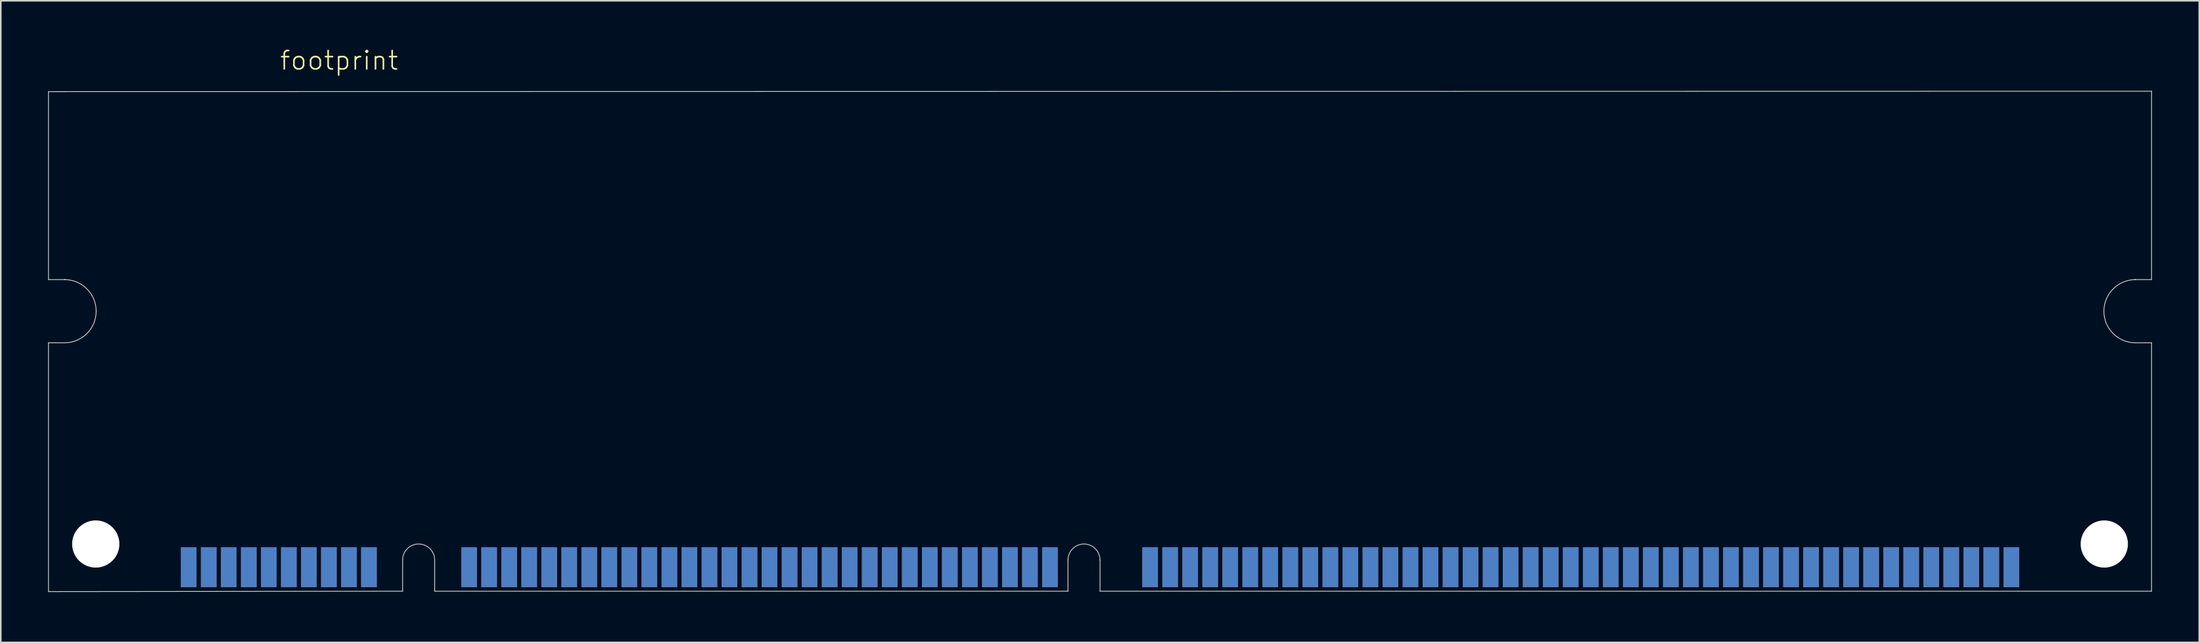
<source format=kicad_pcb>
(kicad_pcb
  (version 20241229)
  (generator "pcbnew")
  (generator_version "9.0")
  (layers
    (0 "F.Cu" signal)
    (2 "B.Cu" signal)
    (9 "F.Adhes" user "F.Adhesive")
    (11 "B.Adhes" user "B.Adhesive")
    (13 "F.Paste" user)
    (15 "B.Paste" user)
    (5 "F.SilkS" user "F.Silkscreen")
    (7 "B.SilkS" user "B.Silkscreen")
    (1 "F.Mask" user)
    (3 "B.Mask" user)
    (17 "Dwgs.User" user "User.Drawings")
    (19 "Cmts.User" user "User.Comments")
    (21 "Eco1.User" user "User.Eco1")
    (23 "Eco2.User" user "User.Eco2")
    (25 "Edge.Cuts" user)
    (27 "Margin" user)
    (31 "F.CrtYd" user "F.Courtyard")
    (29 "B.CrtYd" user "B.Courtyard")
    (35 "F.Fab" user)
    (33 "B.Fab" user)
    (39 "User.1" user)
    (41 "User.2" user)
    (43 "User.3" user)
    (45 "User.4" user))
  (footprint "footprint"
    (layer "F.Cu")
    (at 66.7 34.493)
    (property "Reference" "footprint" (at -52.07 -33.02 0) (layer "F.SilkS") (effects (font (size 1.168 1.168) (thickness 0.102)) (justify left bottom)))
    (fp_line (start -66.675 -31.725) (end 66.675 -31.75) (stroke (width 0.05) (type solid)) (layer "Edge.Cuts"))
    (fp_line (start -66.675 -19.787) (end -66.675 -31.725) (stroke (width 0.05) (type solid)) (layer "Edge.Cuts"))
    (fp_line (start -66.675 0.025) (end -66.675 -15.773) (stroke (width 0.05) (type solid)) (layer "Edge.Cuts"))
    (fp_line (start -65.659 -19.787) (end -66.675 -19.787) (stroke (width 0.05) (type solid)) (layer "Edge.Cuts"))
    (fp_line (start -65.659 -15.773) (end -66.675 -15.773) (stroke (width 0.05) (type solid)) (layer "Edge.Cuts"))
    (fp_line (start -65.608 -19.787) (end -65.659 -19.787) (stroke (width 0.05) (type solid)) (layer "Edge.Cuts"))
    (fp_line (start -44.221 -1.981) (end -44.221 0) (stroke (width 0.05) (type solid)) (layer "Edge.Cuts"))
    (fp_line (start -44.221 0) (end -66.675 0.025) (stroke (width 0.05) (type solid)) (layer "Edge.Cuts"))
    (fp_line (start -42.189 -1.981) (end -42.189 0) (stroke (width 0.05) (type solid)) (layer "Edge.Cuts"))
    (fp_line (start -2.032 -1.981) (end -2.032 0) (stroke (width 0.05) (type solid)) (layer "Edge.Cuts"))
    (fp_line (start -2.032 0) (end -42.189 0) (stroke (width 0.05) (type solid)) (layer "Edge.Cuts"))
    (fp_line (start 0 -1.981) (end 0 0) (stroke (width 0.05) (type solid)) (layer "Edge.Cuts"))
    (fp_line (start 65.608 -19.787) (end 65.659 -19.787) (stroke (width 0.05) (type solid)) (layer "Edge.Cuts"))
    (fp_line (start 65.659 -19.787) (end 66.675 -19.787) (stroke (width 0.05) (type solid)) (layer "Edge.Cuts"))
    (fp_line (start 65.659 -15.773) (end 66.675 -15.773) (stroke (width 0.05) (type solid)) (layer "Edge.Cuts"))
    (fp_line (start 66.675 -31.75) (end 66.675 -19.787) (stroke (width 0.05) (type solid)) (layer "Edge.Cuts"))
    (fp_line (start 66.675 -15.773) (end 66.675 0) (stroke (width 0.05) (type solid)) (layer "Edge.Cuts"))
    (fp_line (start 66.675 0) (end 0 0) (stroke (width 0.05) (type solid)) (layer "Edge.Cuts"))
    (fp_arc (start -65.659 -19.7866) (mid -63.6524 -17.78) (end -65.659 -15.7734) (stroke (width 0.05) (type solid)) (layer "Edge.Cuts"))
    (fp_arc (start -44.2214 -1.9812) (mid -43.2054 -2.9972) (end -42.1894 -1.9812) (stroke (width 0.05) (type solid)) (layer "Edge.Cuts"))
    (fp_arc (start -2.032 -1.9812) (mid -1.016 -2.9972) (end 0 -1.9812) (stroke (width 0.05) (type solid)) (layer "Edge.Cuts"))
    (fp_arc (start 65.659 -15.7734) (mid 63.6524 -17.78) (end 65.659 -19.7866) (stroke (width 0.05) (type solid)) (layer "Edge.Cuts"))
    (pad "" np_thru_hole circle (at -63.678 -2.997) (size 2.997 2.997) (drill 2.997) (layers "*.Cu" "*.Mask"))
    (pad "" np_thru_hole circle (at 63.678 -2.997) (size 2.997 2.997) (drill 2.997) (layers "*.Cu" "*.Mask"))
    (pad "1" smd rect (at -57.785 -1.524) (size 0.991 2.54) (layers "F.Cu" "F.Mask" "F.Paste"))
    (pad "2" smd rect (at -56.515 -1.524) (size 0.991 2.54) (layers "F.Cu" "F.Mask" "F.Paste"))
    (pad "3" smd rect (at -55.245 -1.524) (size 0.991 2.54) (layers "F.Cu" "F.Mask" "F.Paste"))
    (pad "4" smd rect (at -53.975 -1.524) (size 0.991 2.54) (layers "F.Cu" "F.Mask" "F.Paste"))
    (pad "5" smd rect (at -52.705 -1.524) (size 0.991 2.54) (layers "F.Cu" "F.Mask" "F.Paste"))
    (pad "6" smd rect (at -51.435 -1.524) (size 0.991 2.54) (layers "F.Cu" "F.Mask" "F.Paste"))
    (pad "7" smd rect (at -50.165 -1.524) (size 0.991 2.54) (layers "F.Cu" "F.Mask" "F.Paste"))
    (pad "8" smd rect (at -48.895 -1.524) (size 0.991 2.54) (layers "F.Cu" "F.Mask" "F.Paste"))
    (pad "9" smd rect (at -47.625 -1.524) (size 0.991 2.54) (layers "F.Cu" "F.Mask" "F.Paste"))
    (pad "10" smd rect (at -46.355 -1.524) (size 0.991 2.54) (layers "F.Cu" "F.Mask" "F.Paste"))
    (pad "11" smd rect (at -40.005 -1.524) (size 0.991 2.54) (layers "F.Cu" "F.Mask" "F.Paste"))
    (pad "12" smd rect (at -38.735 -1.524) (size 0.991 2.54) (layers "F.Cu" "F.Mask" "F.Paste"))
    (pad "13" smd rect (at -37.465 -1.524) (size 0.991 2.54) (layers "F.Cu" "F.Mask" "F.Paste"))
    (pad "14" smd rect (at -36.195 -1.524) (size 0.991 2.54) (layers "F.Cu" "F.Mask" "F.Paste"))
    (pad "15" smd rect (at -34.925 -1.524) (size 0.991 2.54) (layers "F.Cu" "F.Mask" "F.Paste"))
    (pad "16" smd rect (at -33.655 -1.524) (size 0.991 2.54) (layers "F.Cu" "F.Mask" "F.Paste"))
    (pad "17" smd rect (at -32.385 -1.524) (size 0.991 2.54) (layers "F.Cu" "F.Mask" "F.Paste"))
    (pad "18" smd rect (at -31.115 -1.524) (size 0.991 2.54) (layers "F.Cu" "F.Mask" "F.Paste"))
    (pad "19" smd rect (at -29.845 -1.524) (size 0.991 2.54) (layers "F.Cu" "F.Mask" "F.Paste"))
    (pad "20" smd rect (at -28.575 -1.524) (size 0.991 2.54) (layers "F.Cu" "F.Mask" "F.Paste"))
    (pad "21" smd rect (at -27.305 -1.524) (size 0.991 2.54) (layers "F.Cu" "F.Mask" "F.Paste"))
    (pad "22" smd rect (at -26.035 -1.524) (size 0.991 2.54) (layers "F.Cu" "F.Mask" "F.Paste"))
    (pad "23" smd rect (at -24.765 -1.524) (size 0.991 2.54) (layers "F.Cu" "F.Mask" "F.Paste"))
    (pad "24" smd rect (at -23.495 -1.524) (size 0.991 2.54) (layers "F.Cu" "F.Mask" "F.Paste"))
    (pad "25" smd rect (at -22.225 -1.524) (size 0.991 2.54) (layers "F.Cu" "F.Mask" "F.Paste"))
    (pad "26" smd rect (at -20.955 -1.524) (size 0.991 2.54) (layers "F.Cu" "F.Mask" "F.Paste"))
    (pad "27" smd rect (at -19.685 -1.524) (size 0.991 2.54) (layers "F.Cu" "F.Mask" "F.Paste"))
    (pad "28" smd rect (at -18.415 -1.524) (size 0.991 2.54) (layers "F.Cu" "F.Mask" "F.Paste"))
    (pad "29" smd rect (at -17.145 -1.524) (size 0.991 2.54) (layers "F.Cu" "F.Mask" "F.Paste"))
    (pad "30" smd rect (at -15.875 -1.524) (size 0.991 2.54) (layers "F.Cu" "F.Mask" "F.Paste"))
    (pad "31" smd rect (at -14.605 -1.524) (size 0.991 2.54) (layers "F.Cu" "F.Mask" "F.Paste"))
    (pad "32" smd rect (at -13.335 -1.524) (size 0.991 2.54) (layers "F.Cu" "F.Mask" "F.Paste"))
    (pad "33" smd rect (at -12.065 -1.524) (size 0.991 2.54) (layers "F.Cu" "F.Mask" "F.Paste"))
    (pad "34" smd rect (at -10.795 -1.524) (size 0.991 2.54) (layers "F.Cu" "F.Mask" "F.Paste"))
    (pad "35" smd rect (at -9.525 -1.524) (size 0.991 2.54) (layers "F.Cu" "F.Mask" "F.Paste"))
    (pad "36" smd rect (at -8.255 -1.524) (size 0.991 2.54) (layers "F.Cu" "F.Mask" "F.Paste"))
    (pad "37" smd rect (at -6.985 -1.524) (size 0.991 2.54) (layers "F.Cu" "F.Mask" "F.Paste"))
    (pad "38" smd rect (at -5.715 -1.524) (size 0.991 2.54) (layers "F.Cu" "F.Mask" "F.Paste"))
    (pad "39" smd rect (at -4.445 -1.524) (size 0.991 2.54) (layers "F.Cu" "F.Mask" "F.Paste"))
    (pad "40" smd rect (at -3.175 -1.524) (size 0.991 2.54) (layers "F.Cu" "F.Mask" "F.Paste"))
    (pad "41" smd rect (at 3.175 -1.524) (size 0.991 2.54) (layers "F.Cu" "F.Mask" "F.Paste"))
    (pad "42" smd rect (at 4.445 -1.524) (size 0.991 2.54) (layers "F.Cu" "F.Mask" "F.Paste"))
    (pad "43" smd rect (at 5.715 -1.524) (size 0.991 2.54) (layers "F.Cu" "F.Mask" "F.Paste"))
    (pad "44" smd rect (at 6.985 -1.524) (size 0.991 2.54) (layers "F.Cu" "F.Mask" "F.Paste"))
    (pad "45" smd rect (at 8.255 -1.524) (size 0.991 2.54) (layers "F.Cu" "F.Mask" "F.Paste"))
    (pad "46" smd rect (at 9.525 -1.524) (size 0.991 2.54) (layers "F.Cu" "F.Mask" "F.Paste"))
    (pad "47" smd rect (at 10.795 -1.524) (size 0.991 2.54) (layers "F.Cu" "F.Mask" "F.Paste"))
    (pad "48" smd rect (at 12.065 -1.524) (size 0.991 2.54) (layers "F.Cu" "F.Mask" "F.Paste"))
    (pad "49" smd rect (at 13.335 -1.524) (size 0.991 2.54) (layers "F.Cu" "F.Mask" "F.Paste"))
    (pad "50" smd rect (at 14.605 -1.524) (size 0.991 2.54) (layers "F.Cu" "F.Mask" "F.Paste"))
    (pad "51" smd rect (at 15.875 -1.524) (size 0.991 2.54) (layers "F.Cu" "F.Mask" "F.Paste"))
    (pad "52" smd rect (at 17.145 -1.524) (size 0.991 2.54) (layers "F.Cu" "F.Mask" "F.Paste"))
    (pad "53" smd rect (at 18.415 -1.524) (size 0.991 2.54) (layers "F.Cu" "F.Mask" "F.Paste"))
    (pad "54" smd rect (at 19.685 -1.524) (size 0.991 2.54) (layers "F.Cu" "F.Mask" "F.Paste"))
    (pad "55" smd rect (at 20.955 -1.524) (size 0.991 2.54) (layers "F.Cu" "F.Mask" "F.Paste"))
    (pad "56" smd rect (at 22.225 -1.524) (size 0.991 2.54) (layers "F.Cu" "F.Mask" "F.Paste"))
    (pad "57" smd rect (at 23.495 -1.524) (size 0.991 2.54) (layers "F.Cu" "F.Mask" "F.Paste"))
    (pad "58" smd rect (at 24.765 -1.524) (size 0.991 2.54) (layers "F.Cu" "F.Mask" "F.Paste"))
    (pad "59" smd rect (at 26.035 -1.524) (size 0.991 2.54) (layers "F.Cu" "F.Mask" "F.Paste"))
    (pad "60" smd rect (at 27.305 -1.524) (size 0.991 2.54) (layers "F.Cu" "F.Mask" "F.Paste"))
    (pad "61" smd rect (at 28.575 -1.524) (size 0.991 2.54) (layers "F.Cu" "F.Mask" "F.Paste"))
    (pad "62" smd rect (at 29.845 -1.524) (size 0.991 2.54) (layers "F.Cu" "F.Mask" "F.Paste"))
    (pad "63" smd rect (at 31.115 -1.524) (size 0.991 2.54) (layers "F.Cu" "F.Mask" "F.Paste"))
    (pad "64" smd rect (at 32.385 -1.524) (size 0.991 2.54) (layers "F.Cu" "F.Mask" "F.Paste"))
    (pad "65" smd rect (at 33.655 -1.524) (size 0.991 2.54) (layers "F.Cu" "F.Mask" "F.Paste"))
    (pad "66" smd rect (at 34.925 -1.524) (size 0.991 2.54) (layers "F.Cu" "F.Mask" "F.Paste"))
    (pad "67" smd rect (at 36.195 -1.524) (size 0.991 2.54) (layers "F.Cu" "F.Mask" "F.Paste"))
    (pad "68" smd rect (at 37.465 -1.524) (size 0.991 2.54) (layers "F.Cu" "F.Mask" "F.Paste"))
    (pad "69" smd rect (at 38.735 -1.524) (size 0.991 2.54) (layers "F.Cu" "F.Mask" "F.Paste"))
    (pad "70" smd rect (at 40.005 -1.524) (size 0.991 2.54) (layers "F.Cu" "F.Mask" "F.Paste"))
    (pad "71" smd rect (at 41.275 -1.524) (size 0.991 2.54) (layers "F.Cu" "F.Mask" "F.Paste"))
    (pad "72" smd rect (at 42.545 -1.524) (size 0.991 2.54) (layers "F.Cu" "F.Mask" "F.Paste"))
    (pad "73" smd rect (at 43.815 -1.524) (size 0.991 2.54) (layers "F.Cu" "F.Mask" "F.Paste"))
    (pad "74" smd rect (at 45.085 -1.524) (size 0.991 2.54) (layers "F.Cu" "F.Mask" "F.Paste"))
    (pad "75" smd rect (at 46.355 -1.524) (size 0.991 2.54) (layers "F.Cu" "F.Mask" "F.Paste"))
    (pad "76" smd rect (at 47.625 -1.524) (size 0.991 2.54) (layers "F.Cu" "F.Mask" "F.Paste"))
    (pad "77" smd rect (at 48.895 -1.524) (size 0.991 2.54) (layers "F.Cu" "F.Mask" "F.Paste"))
    (pad "78" smd rect (at 50.165 -1.524) (size 0.991 2.54) (layers "F.Cu" "F.Mask" "F.Paste"))
    (pad "79" smd rect (at 51.435 -1.524) (size 0.991 2.54) (layers "F.Cu" "F.Mask" "F.Paste"))
    (pad "80" smd rect (at 52.705 -1.524) (size 0.991 2.54) (layers "F.Cu" "F.Mask" "F.Paste"))
    (pad "81" smd rect (at 53.975 -1.524) (size 0.991 2.54) (layers "F.Cu" "F.Mask" "F.Paste"))
    (pad "82" smd rect (at 55.245 -1.524) (size 0.991 2.54) (layers "F.Cu" "F.Mask" "F.Paste"))
    (pad "83" smd rect (at 56.515 -1.524) (size 0.991 2.54) (layers "F.Cu" "F.Mask" "F.Paste"))
    (pad "84" smd rect (at 57.785 -1.524) (size 0.991 2.54) (layers "F.Cu" "F.Mask" "F.Paste"))
    (pad "85" smd rect (at -57.785 -1.524) (size 0.991 2.54) (layers "B.Cu" "B.Mask" "B.Paste"))
    (pad "86" smd rect (at -56.515 -1.524) (size 0.991 2.54) (layers "B.Cu" "B.Mask" "B.Paste"))
    (pad "87" smd rect (at -55.245 -1.524) (size 0.991 2.54) (layers "B.Cu" "B.Mask" "B.Paste"))
    (pad "88" smd rect (at -53.975 -1.524) (size 0.991 2.54) (layers "B.Cu" "B.Mask" "B.Paste"))
    (pad "89" smd rect (at -52.705 -1.524) (size 0.991 2.54) (layers "B.Cu" "B.Mask" "B.Paste"))
    (pad "90" smd rect (at -51.435 -1.524) (size 0.991 2.54) (layers "B.Cu" "B.Mask" "B.Paste"))
    (pad "91" smd rect (at -50.165 -1.524) (size 0.991 2.54) (layers "B.Cu" "B.Mask" "B.Paste"))
    (pad "92" smd rect (at -48.895 -1.524) (size 0.991 2.54) (layers "B.Cu" "B.Mask" "B.Paste"))
    (pad "93" smd rect (at -47.625 -1.524) (size 0.991 2.54) (layers "B.Cu" "B.Mask" "B.Paste"))
    (pad "94" smd rect (at -46.355 -1.524) (size 0.991 2.54) (layers "B.Cu" "B.Mask" "B.Paste"))
    (pad "95" smd rect (at -40.005 -1.524) (size 0.991 2.54) (layers "B.Cu" "B.Mask" "B.Paste"))
    (pad "96" smd rect (at -38.735 -1.524) (size 0.991 2.54) (layers "B.Cu" "B.Mask" "B.Paste"))
    (pad "97" smd rect (at -37.465 -1.524) (size 0.991 2.54) (layers "B.Cu" "B.Mask" "B.Paste"))
    (pad "98" smd rect (at -36.195 -1.524) (size 0.991 2.54) (layers "B.Cu" "B.Mask" "B.Paste"))
    (pad "99" smd rect (at -34.925 -1.524) (size 0.991 2.54) (layers "B.Cu" "B.Mask" "B.Paste"))
    (pad "100" smd rect (at -33.655 -1.524) (size 0.991 2.54) (layers "B.Cu" "B.Mask" "B.Paste"))
    (pad "101" smd rect (at -32.385 -1.524) (size 0.991 2.54) (layers "B.Cu" "B.Mask" "B.Paste"))
    (pad "102" smd rect (at -31.115 -1.524) (size 0.991 2.54) (layers "B.Cu" "B.Mask" "B.Paste"))
    (pad "103" smd rect (at -29.845 -1.524) (size 0.991 2.54) (layers "B.Cu" "B.Mask" "B.Paste"))
    (pad "104" smd rect (at -28.575 -1.524) (size 0.991 2.54) (layers "B.Cu" "B.Mask" "B.Paste"))
    (pad "105" smd rect (at -27.305 -1.524) (size 0.991 2.54) (layers "B.Cu" "B.Mask" "B.Paste"))
    (pad "106" smd rect (at -26.035 -1.524) (size 0.991 2.54) (layers "B.Cu" "B.Mask" "B.Paste"))
    (pad "107" smd rect (at -24.765 -1.524) (size 0.991 2.54) (layers "B.Cu" "B.Mask" "B.Paste"))
    (pad "108" smd rect (at -23.495 -1.524) (size 0.991 2.54) (layers "B.Cu" "B.Mask" "B.Paste"))
    (pad "109" smd rect (at -22.225 -1.524) (size 0.991 2.54) (layers "B.Cu" "B.Mask" "B.Paste"))
    (pad "110" smd rect (at -20.955 -1.524) (size 0.991 2.54) (layers "B.Cu" "B.Mask" "B.Paste"))
    (pad "111" smd rect (at -19.685 -1.524) (size 0.991 2.54) (layers "B.Cu" "B.Mask" "B.Paste"))
    (pad "112" smd rect (at -18.415 -1.524) (size 0.991 2.54) (layers "B.Cu" "B.Mask" "B.Paste"))
    (pad "113" smd rect (at -17.145 -1.524) (size 0.991 2.54) (layers "B.Cu" "B.Mask" "B.Paste"))
    (pad "114" smd rect (at -15.875 -1.524) (size 0.991 2.54) (layers "B.Cu" "B.Mask" "B.Paste"))
    (pad "115" smd rect (at -14.605 -1.524) (size 0.991 2.54) (layers "B.Cu" "B.Mask" "B.Paste"))
    (pad "116" smd rect (at -13.335 -1.524) (size 0.991 2.54) (layers "B.Cu" "B.Mask" "B.Paste"))
    (pad "117" smd rect (at -12.065 -1.524) (size 0.991 2.54) (layers "B.Cu" "B.Mask" "B.Paste"))
    (pad "118" smd rect (at -10.795 -1.524) (size 0.991 2.54) (layers "B.Cu" "B.Mask" "B.Paste"))
    (pad "119" smd rect (at -9.525 -1.524) (size 0.991 2.54) (layers "B.Cu" "B.Mask" "B.Paste"))
    (pad "120" smd rect (at -8.255 -1.524) (size 0.991 2.54) (layers "B.Cu" "B.Mask" "B.Paste"))
    (pad "121" smd rect (at -6.985 -1.524) (size 0.991 2.54) (layers "B.Cu" "B.Mask" "B.Paste"))
    (pad "122" smd rect (at -5.715 -1.524) (size 0.991 2.54) (layers "B.Cu" "B.Mask" "B.Paste"))
    (pad "123" smd rect (at -4.445 -1.524) (size 0.991 2.54) (layers "B.Cu" "B.Mask" "B.Paste"))
    (pad "124" smd rect (at -3.175 -1.524) (size 0.991 2.54) (layers "B.Cu" "B.Mask" "B.Paste"))
    (pad "125" smd rect (at 3.175 -1.524) (size 0.991 2.54) (layers "B.Cu" "B.Mask" "B.Paste"))
    (pad "126" smd rect (at 4.445 -1.524) (size 0.991 2.54) (layers "B.Cu" "B.Mask" "B.Paste"))
    (pad "127" smd rect (at 5.715 -1.524) (size 0.991 2.54) (layers "B.Cu" "B.Mask" "B.Paste"))
    (pad "128" smd rect (at 6.985 -1.524) (size 0.991 2.54) (layers "B.Cu" "B.Mask" "B.Paste"))
    (pad "129" smd rect (at 8.255 -1.524) (size 0.991 2.54) (layers "B.Cu" "B.Mask" "B.Paste"))
    (pad "130" smd rect (at 9.525 -1.524) (size 0.991 2.54) (layers "B.Cu" "B.Mask" "B.Paste"))
    (pad "131" smd rect (at 10.795 -1.524) (size 0.991 2.54) (layers "B.Cu" "B.Mask" "B.Paste"))
    (pad "132" smd rect (at 12.065 -1.524) (size 0.991 2.54) (layers "B.Cu" "B.Mask" "B.Paste"))
    (pad "133" smd rect (at 13.335 -1.524) (size 0.991 2.54) (layers "B.Cu" "B.Mask" "B.Paste"))
    (pad "134" smd rect (at 14.605 -1.524) (size 0.991 2.54) (layers "B.Cu" "B.Mask" "B.Paste"))
    (pad "135" smd rect (at 15.875 -1.524) (size 0.991 2.54) (layers "B.Cu" "B.Mask" "B.Paste"))
    (pad "136" smd rect (at 17.145 -1.524) (size 0.991 2.54) (layers "B.Cu" "B.Mask" "B.Paste"))
    (pad "137" smd rect (at 18.415 -1.524) (size 0.991 2.54) (layers "B.Cu" "B.Mask" "B.Paste"))
    (pad "138" smd rect (at 19.685 -1.524) (size 0.991 2.54) (layers "B.Cu" "B.Mask" "B.Paste"))
    (pad "139" smd rect (at 20.955 -1.524) (size 0.991 2.54) (layers "B.Cu" "B.Mask" "B.Paste"))
    (pad "140" smd rect (at 22.225 -1.524) (size 0.991 2.54) (layers "B.Cu" "B.Mask" "B.Paste"))
    (pad "141" smd rect (at 23.495 -1.524) (size 0.991 2.54) (layers "B.Cu" "B.Mask" "B.Paste"))
    (pad "142" smd rect (at 24.765 -1.524) (size 0.991 2.54) (layers "B.Cu" "B.Mask" "B.Paste"))
    (pad "143" smd rect (at 26.035 -1.524) (size 0.991 2.54) (layers "B.Cu" "B.Mask" "B.Paste"))
    (pad "144" smd rect (at 27.305 -1.524) (size 0.991 2.54) (layers "B.Cu" "B.Mask" "B.Paste"))
    (pad "145" smd rect (at 28.575 -1.524) (size 0.991 2.54) (layers "B.Cu" "B.Mask" "B.Paste"))
    (pad "146" smd rect (at 29.845 -1.524) (size 0.991 2.54) (layers "B.Cu" "B.Mask" "B.Paste"))
    (pad "147" smd rect (at 31.115 -1.524) (size 0.991 2.54) (layers "B.Cu" "B.Mask" "B.Paste"))
    (pad "148" smd rect (at 32.385 -1.524) (size 0.991 2.54) (layers "B.Cu" "B.Mask" "B.Paste"))
    (pad "149" smd rect (at 33.655 -1.524) (size 0.991 2.54) (layers "B.Cu" "B.Mask" "B.Paste"))
    (pad "150" smd rect (at 34.925 -1.524) (size 0.991 2.54) (layers "B.Cu" "B.Mask" "B.Paste"))
    (pad "151" smd rect (at 36.195 -1.524) (size 0.991 2.54) (layers "B.Cu" "B.Mask" "B.Paste"))
    (pad "152" smd rect (at 37.465 -1.524) (size 0.991 2.54) (layers "B.Cu" "B.Mask" "B.Paste"))
    (pad "153" smd rect (at 38.735 -1.524) (size 0.991 2.54) (layers "B.Cu" "B.Mask" "B.Paste"))
    (pad "154" smd rect (at 40.005 -1.524) (size 0.991 2.54) (layers "B.Cu" "B.Mask" "B.Paste"))
    (pad "155" smd rect (at 41.275 -1.524) (size 0.991 2.54) (layers "B.Cu" "B.Mask" "B.Paste"))
    (pad "156" smd rect (at 42.545 -1.524) (size 0.991 2.54) (layers "B.Cu" "B.Mask" "B.Paste"))
    (pad "157" smd rect (at 43.815 -1.524) (size 0.991 2.54) (layers "B.Cu" "B.Mask" "B.Paste"))
    (pad "158" smd rect (at 45.085 -1.524) (size 0.991 2.54) (layers "B.Cu" "B.Mask" "B.Paste"))
    (pad "159" smd rect (at 46.355 -1.524) (size 0.991 2.54) (layers "B.Cu" "B.Mask" "B.Paste"))
    (pad "160" smd rect (at 47.625 -1.524) (size 0.991 2.54) (layers "B.Cu" "B.Mask" "B.Paste"))
    (pad "161" smd rect (at 48.895 -1.524) (size 0.991 2.54) (layers "B.Cu" "B.Mask" "B.Paste"))
    (pad "162" smd rect (at 50.165 -1.524) (size 0.991 2.54) (layers "B.Cu" "B.Mask" "B.Paste"))
    (pad "163" smd rect (at 51.435 -1.524) (size 0.991 2.54) (layers "B.Cu" "B.Mask" "B.Paste"))
    (pad "164" smd rect (at 52.705 -1.524) (size 0.991 2.54) (layers "B.Cu" "B.Mask" "B.Paste"))
    (pad "165" smd rect (at 53.975 -1.524) (size 0.991 2.54) (layers "B.Cu" "B.Mask" "B.Paste"))
    (pad "166" smd rect (at 55.245 -1.524) (size 0.991 2.54) (layers "B.Cu" "B.Mask" "B.Paste"))
    (pad "167" smd rect (at 56.515 -1.524) (size 0.991 2.54) (layers "B.Cu" "B.Mask" "B.Paste"))
    (pad "168" smd rect (at 57.785 -1.524) (size 0.991 2.54) (layers "B.Cu" "B.Mask" "B.Paste")))
  (gr_rect
    (start -3 -3)
    (end 136.4 37.743)
    (stroke (width 0.1) (type default))
    (fill no)
    (layer "Edge.Cuts")))
</source>
